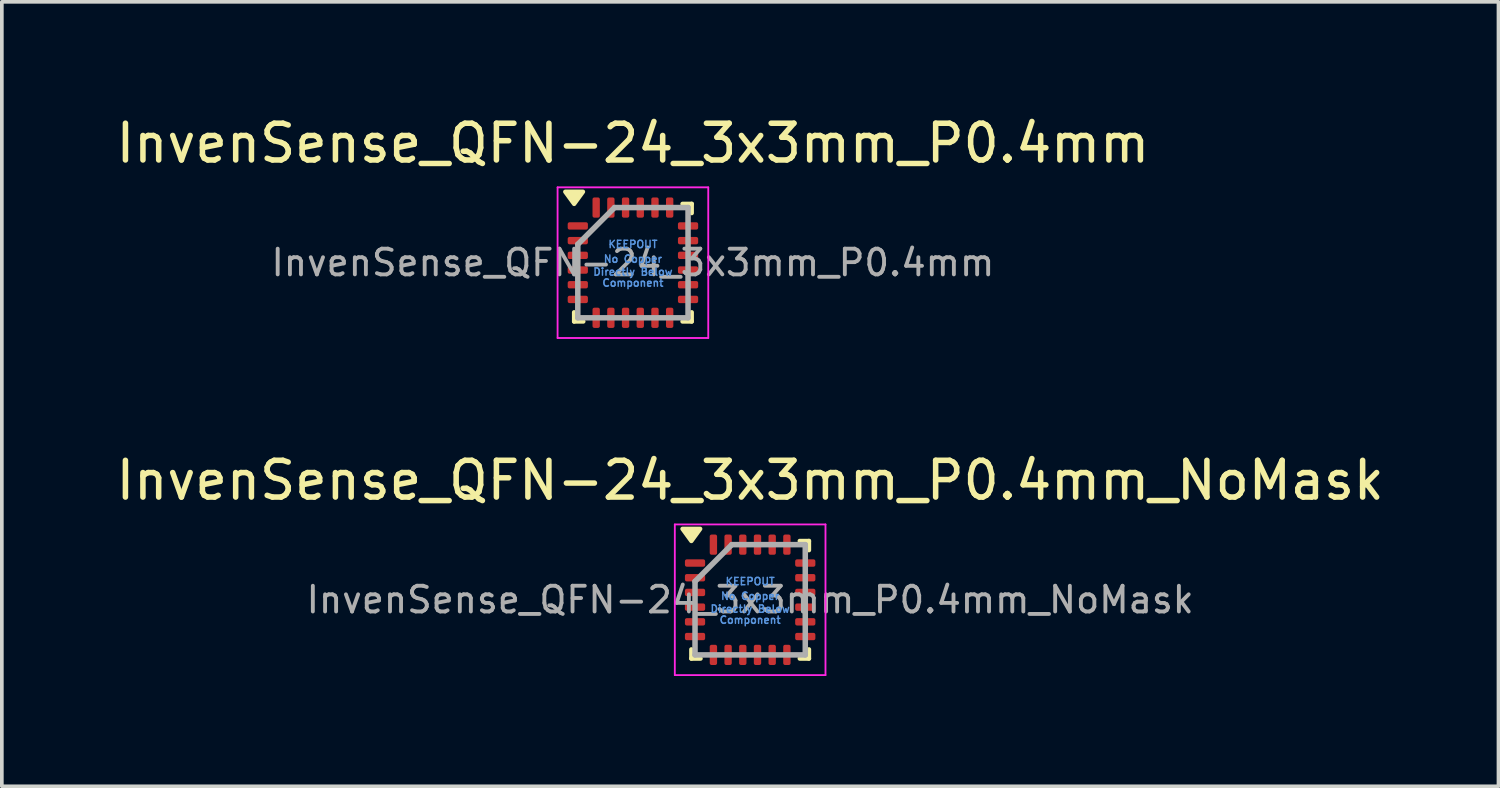
<source format=kicad_pcb>
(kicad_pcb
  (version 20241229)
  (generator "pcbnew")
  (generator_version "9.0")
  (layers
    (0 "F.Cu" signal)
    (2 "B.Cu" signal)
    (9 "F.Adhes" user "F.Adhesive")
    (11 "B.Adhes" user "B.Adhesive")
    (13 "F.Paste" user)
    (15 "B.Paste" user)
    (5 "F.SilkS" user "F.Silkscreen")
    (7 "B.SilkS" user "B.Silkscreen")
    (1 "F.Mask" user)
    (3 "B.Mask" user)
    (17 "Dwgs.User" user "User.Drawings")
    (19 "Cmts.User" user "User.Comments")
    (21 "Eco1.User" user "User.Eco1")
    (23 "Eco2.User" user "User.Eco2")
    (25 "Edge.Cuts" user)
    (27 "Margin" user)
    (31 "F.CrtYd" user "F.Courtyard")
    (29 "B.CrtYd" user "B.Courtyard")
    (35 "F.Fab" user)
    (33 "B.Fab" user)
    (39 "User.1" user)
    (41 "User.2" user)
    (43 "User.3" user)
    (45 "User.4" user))
  (footprint "InvenSense_QFN-24_3x3mm_P0.4mm"
    (layer "F.Cu")
    (at 14.173 4.098)
    (property "Reference" "InvenSense_QFN-24_3x3mm_P0.4mm" (at 0 -3.25 0) (layer "F.SilkS") (effects (font (size 1 1) (thickness 0.15))))
    (attr smd)
    (fp_line (start -1.6 1.6) (end -1.6 1.35) (stroke (width 0.12) (type solid)) (layer "F.SilkS"))
    (fp_line (start -1.6 1.6) (end -1.35 1.6) (stroke (width 0.12) (type solid)) (layer "F.SilkS"))
    (fp_line (start 1.6 -1.6) (end 1.35 -1.6) (stroke (width 0.12) (type solid)) (layer "F.SilkS"))
    (fp_line (start 1.6 -1.6) (end 1.6 -1.35) (stroke (width 0.12) (type solid)) (layer "F.SilkS"))
    (fp_line (start 1.6 1.6) (end 1.35 1.6) (stroke (width 0.12) (type solid)) (layer "F.SilkS"))
    (fp_line (start 1.6 1.6) (end 1.6 1.35) (stroke (width 0.12) (type solid)) (layer "F.SilkS"))
    (fp_poly (pts (xy -1.6 -1.6) (xy -1.84 -1.93) (xy -1.36 -1.93) (xy -1.6 -1.6)) (stroke (width 0.12) (type solid)) (fill yes) (layer "F.SilkS"))
    (fp_line (start -2.05 -2.05) (end 2.05 -2.05) (stroke (width 0.05) (type solid)) (layer "F.CrtYd"))
    (fp_line (start -2.05 2.05) (end -2.05 -2.05) (stroke (width 0.05) (type solid)) (layer "F.CrtYd"))
    (fp_line (start 2.05 -2.05) (end 2.05 2.05) (stroke (width 0.05) (type solid)) (layer "F.CrtYd"))
    (fp_line (start 2.05 2.05) (end -2.05 2.05) (stroke (width 0.05) (type solid)) (layer "F.CrtYd"))
    (fp_line (start -1.5 -0.5) (end -0.5 -1.5) (stroke (width 0.15) (type solid)) (layer "F.Fab"))
    (fp_line (start -1.5 1.5) (end -1.5 -0.5) (stroke (width 0.15) (type solid)) (layer "F.Fab"))
    (fp_line (start -0.5 -1.5) (end 1.5 -1.5) (stroke (width 0.15) (type solid)) (layer "F.Fab"))
    (fp_line (start 1.5 -1.5) (end 1.5 1.5) (stroke (width 0.15) (type solid)) (layer "F.Fab"))
    (fp_line (start 1.5 1.5) (end -1.5 1.5) (stroke (width 0.15) (type solid)) (layer "F.Fab"))
    (fp_text user "Component" (at 0 0.55 0) (layer "Cmts.User") (effects (font (size 0.2 0.2) (thickness 0.04))))
    (fp_text user "KEEPOUT" (at 0 -0.5 0) (layer "Cmts.User") (effects (font (size 0.2 0.2) (thickness 0.04))))
    (fp_text user "No Copper" (at 0 -0.1 0) (layer "Cmts.User") (effects (font (size 0.2 0.2) (thickness 0.04))))
    (fp_text user "Directly Below" (at 0 0.25 0) (layer "Cmts.User") (effects (font (size 0.2 0.2) (thickness 0.04))))
    (fp_text user "${REFERENCE}" (at 0 0 0) (layer "F.Fab") (effects (font (size 0.7 0.7) (thickness 0.105))))
    (pad "1" smd roundrect (at -1.5 -1) (size 0.55 0.2) (layers "F.Cu" "F.Mask" "F.Paste") (roundrect_rratio 0.25))
    (pad "2" smd roundrect (at -1.5 -0.6) (size 0.55 0.2) (layers "F.Cu" "F.Mask" "F.Paste") (roundrect_rratio 0.25))
    (pad "3" smd roundrect (at -1.5 -0.2) (size 0.55 0.2) (layers "F.Cu" "F.Mask" "F.Paste") (roundrect_rratio 0.25))
    (pad "4" smd roundrect (at -1.5 0.2) (size 0.55 0.2) (layers "F.Cu" "F.Mask" "F.Paste") (roundrect_rratio 0.25))
    (pad "5" smd roundrect (at -1.5 0.6) (size 0.55 0.2) (layers "F.Cu" "F.Mask" "F.Paste") (roundrect_rratio 0.25))
    (pad "6" smd roundrect (at -1.5 1) (size 0.55 0.2) (layers "F.Cu" "F.Mask" "F.Paste") (roundrect_rratio 0.25))
    (pad "7" smd roundrect (at -1 1.5 90) (size 0.55 0.2) (layers "F.Cu" "F.Mask" "F.Paste") (roundrect_rratio 0.25))
    (pad "8" smd roundrect (at -0.6 1.5 90) (size 0.55 0.2) (layers "F.Cu" "F.Mask" "F.Paste") (roundrect_rratio 0.25))
    (pad "9" smd roundrect (at -0.2 1.5 90) (size 0.55 0.2) (layers "F.Cu" "F.Mask" "F.Paste") (roundrect_rratio 0.25))
    (pad "10" smd roundrect (at 0.2 1.5 90) (size 0.55 0.2) (layers "F.Cu" "F.Mask" "F.Paste") (roundrect_rratio 0.25))
    (pad "11" smd roundrect (at 0.6 1.5 90) (size 0.55 0.2) (layers "F.Cu" "F.Mask" "F.Paste") (roundrect_rratio 0.25))
    (pad "12" smd roundrect (at 1 1.5 90) (size 0.55 0.2) (layers "F.Cu" "F.Mask" "F.Paste") (roundrect_rratio 0.25))
    (pad "13" smd roundrect (at 1.5 1) (size 0.55 0.2) (layers "F.Cu" "F.Mask" "F.Paste") (roundrect_rratio 0.25))
    (pad "14" smd roundrect (at 1.5 0.6) (size 0.55 0.2) (layers "F.Cu" "F.Mask" "F.Paste") (roundrect_rratio 0.25))
    (pad "15" smd roundrect (at 1.5 0.2) (size 0.55 0.2) (layers "F.Cu" "F.Mask" "F.Paste") (roundrect_rratio 0.25))
    (pad "16" smd roundrect (at 1.5 -0.2) (size 0.55 0.2) (layers "F.Cu" "F.Mask" "F.Paste") (roundrect_rratio 0.25))
    (pad "17" smd roundrect (at 1.5 -0.6) (size 0.55 0.2) (layers "F.Cu" "F.Mask" "F.Paste") (roundrect_rratio 0.25))
    (pad "18" smd roundrect (at 1.5 -1) (size 0.55 0.2) (layers "F.Cu" "F.Mask" "F.Paste") (roundrect_rratio 0.25))
    (pad "19" smd roundrect (at 1 -1.5 90) (size 0.55 0.2) (layers "F.Cu" "F.Mask" "F.Paste") (roundrect_rratio 0.25))
    (pad "20" smd roundrect (at 0.6 -1.5 90) (size 0.55 0.2) (layers "F.Cu" "F.Mask" "F.Paste") (roundrect_rratio 0.25))
    (pad "21" smd roundrect (at 0.2 -1.5 90) (size 0.55 0.2) (layers "F.Cu" "F.Mask" "F.Paste") (roundrect_rratio 0.25))
    (pad "22" smd roundrect (at -0.2 -1.5 90) (size 0.55 0.2) (layers "F.Cu" "F.Mask" "F.Paste") (roundrect_rratio 0.25))
    (pad "23" smd roundrect (at -0.6 -1.5 90) (size 0.55 0.2) (layers "F.Cu" "F.Mask" "F.Paste") (roundrect_rratio 0.25))
    (pad "24" smd roundrect (at -1 -1.5 90) (size 0.55 0.2) (layers "F.Cu" "F.Mask" "F.Paste") (roundrect_rratio 0.25))
    (zone (net_name "") (layer "F.Cu") (hatch full 0.508) (connect_pads) (min_thickness 0.254) (filled_areas_thickness no) (keepout (tracks not_allowed) (vias not_allowed) (pads not_allowed) (copperpour not_allowed) (footprints allowed)) (placement (enabled no)) (fill) (polygon (pts (xy 13.298 3.303) (xy 15.048 3.303) (xy 15.048 4.893) (xy 13.298 4.893)))))
  (footprint "InvenSense_QFN-24_3x3mm_P0.4mm_NoMask"
    (layer "F.Cu")
    (at 17.363 13.271)
    (property "Reference" "InvenSense_QFN-24_3x3mm_P0.4mm_NoMask" (at 0 -3.25 0) (layer "F.SilkS") (effects (font (size 1 1) (thickness 0.15))))
    (attr smd)
    (fp_line (start -1.6 1.6) (end -1.6 1.35) (stroke (width 0.12) (type solid)) (layer "F.SilkS"))
    (fp_line (start -1.6 1.6) (end -1.35 1.6) (stroke (width 0.12) (type solid)) (layer "F.SilkS"))
    (fp_line (start 1.6 -1.6) (end 1.35 -1.6) (stroke (width 0.12) (type solid)) (layer "F.SilkS"))
    (fp_line (start 1.6 -1.6) (end 1.6 -1.35) (stroke (width 0.12) (type solid)) (layer "F.SilkS"))
    (fp_line (start 1.6 1.6) (end 1.35 1.6) (stroke (width 0.12) (type solid)) (layer "F.SilkS"))
    (fp_line (start 1.6 1.6) (end 1.6 1.35) (stroke (width 0.12) (type solid)) (layer "F.SilkS"))
    (fp_poly (pts (xy -1.6 -1.6) (xy -1.84 -1.93) (xy -1.36 -1.93) (xy -1.6 -1.6)) (stroke (width 0.12) (type solid)) (fill yes) (layer "F.SilkS"))
    (fp_line (start -2.05 -2.05) (end 2.05 -2.05) (stroke (width 0.05) (type solid)) (layer "F.CrtYd"))
    (fp_line (start -2.05 2.05) (end -2.05 -2.05) (stroke (width 0.05) (type solid)) (layer "F.CrtYd"))
    (fp_line (start 2.05 -2.05) (end 2.05 2.05) (stroke (width 0.05) (type solid)) (layer "F.CrtYd"))
    (fp_line (start 2.05 2.05) (end -2.05 2.05) (stroke (width 0.05) (type solid)) (layer "F.CrtYd"))
    (fp_line (start -1.5 -0.5) (end -0.5 -1.5) (stroke (width 0.15) (type solid)) (layer "F.Fab"))
    (fp_line (start -1.5 1.5) (end -1.5 -0.5) (stroke (width 0.15) (type solid)) (layer "F.Fab"))
    (fp_line (start -0.5 -1.5) (end 1.5 -1.5) (stroke (width 0.15) (type solid)) (layer "F.Fab"))
    (fp_line (start 1.5 -1.5) (end 1.5 1.5) (stroke (width 0.15) (type solid)) (layer "F.Fab"))
    (fp_line (start 1.5 1.5) (end -1.5 1.5) (stroke (width 0.15) (type solid)) (layer "F.Fab"))
    (fp_text user "No Copper" (at 0 -0.1 0) (layer "Cmts.User") (effects (font (size 0.2 0.2) (thickness 0.04))))
    (fp_text user "Directly Below" (at 0 0.25 0) (layer "Cmts.User") (effects (font (size 0.2 0.2) (thickness 0.04))))
    (fp_text user "KEEPOUT" (at 0 -0.5 0) (layer "Cmts.User") (effects (font (size 0.2 0.2) (thickness 0.04))))
    (fp_text user "Component" (at 0 0.55 0) (layer "Cmts.User") (effects (font (size 0.2 0.2) (thickness 0.04))))
    (fp_text user "${REFERENCE}" (at 0 0 0) (layer "F.Fab") (effects (font (size 0.7 0.7) (thickness 0.105))))
    (pad "" smd roundrect (at 0 0) (size 1.75 1.59) (layers "F.Mask") (roundrect_rratio 0.15))
    (pad "1" smd roundrect (at -1.5 -1) (size 0.55 0.2) (layers "F.Cu" "F.Mask" "F.Paste") (roundrect_rratio 0.25))
    (pad "2" smd roundrect (at -1.5 -0.6) (size 0.55 0.2) (layers "F.Cu" "F.Mask" "F.Paste") (roundrect_rratio 0.25))
    (pad "3" smd roundrect (at -1.5 -0.2) (size 0.55 0.2) (layers "F.Cu" "F.Mask" "F.Paste") (roundrect_rratio 0.25))
    (pad "4" smd roundrect (at -1.5 0.2) (size 0.55 0.2) (layers "F.Cu" "F.Mask" "F.Paste") (roundrect_rratio 0.25))
    (pad "5" smd roundrect (at -1.5 0.6) (size 0.55 0.2) (layers "F.Cu" "F.Mask" "F.Paste") (roundrect_rratio 0.25))
    (pad "6" smd roundrect (at -1.5 1) (size 0.55 0.2) (layers "F.Cu" "F.Mask" "F.Paste") (roundrect_rratio 0.25))
    (pad "7" smd roundrect (at -1 1.5 90) (size 0.55 0.2) (layers "F.Cu" "F.Mask" "F.Paste") (roundrect_rratio 0.25))
    (pad "8" smd roundrect (at -0.6 1.5 90) (size 0.55 0.2) (layers "F.Cu" "F.Mask" "F.Paste") (roundrect_rratio 0.25))
    (pad "9" smd roundrect (at -0.2 1.5 90) (size 0.55 0.2) (layers "F.Cu" "F.Mask" "F.Paste") (roundrect_rratio 0.25))
    (pad "10" smd roundrect (at 0.2 1.5 90) (size 0.55 0.2) (layers "F.Cu" "F.Mask" "F.Paste") (roundrect_rratio 0.25))
    (pad "11" smd roundrect (at 0.6 1.5 90) (size 0.55 0.2) (layers "F.Cu" "F.Mask" "F.Paste") (roundrect_rratio 0.25))
    (pad "12" smd roundrect (at 1 1.5 90) (size 0.55 0.2) (layers "F.Cu" "F.Mask" "F.Paste") (roundrect_rratio 0.25))
    (pad "13" smd roundrect (at 1.5 1) (size 0.55 0.2) (layers "F.Cu" "F.Mask" "F.Paste") (roundrect_rratio 0.25))
    (pad "14" smd roundrect (at 1.5 0.6) (size 0.55 0.2) (layers "F.Cu" "F.Mask" "F.Paste") (roundrect_rratio 0.25))
    (pad "15" smd roundrect (at 1.5 0.2) (size 0.55 0.2) (layers "F.Cu" "F.Mask" "F.Paste") (roundrect_rratio 0.25))
    (pad "16" smd roundrect (at 1.5 -0.2) (size 0.55 0.2) (layers "F.Cu" "F.Mask" "F.Paste") (roundrect_rratio 0.25))
    (pad "17" smd roundrect (at 1.5 -0.6) (size 0.55 0.2) (layers "F.Cu" "F.Mask" "F.Paste") (roundrect_rratio 0.25))
    (pad "18" smd roundrect (at 1.5 -1) (size 0.55 0.2) (layers "F.Cu" "F.Mask" "F.Paste") (roundrect_rratio 0.25))
    (pad "19" smd roundrect (at 1 -1.5 90) (size 0.55 0.2) (layers "F.Cu" "F.Mask" "F.Paste") (roundrect_rratio 0.25))
    (pad "20" smd roundrect (at 0.6 -1.5 90) (size 0.55 0.2) (layers "F.Cu" "F.Mask" "F.Paste") (roundrect_rratio 0.25))
    (pad "21" smd roundrect (at 0.2 -1.5 90) (size 0.55 0.2) (layers "F.Cu" "F.Mask" "F.Paste") (roundrect_rratio 0.25))
    (pad "22" smd roundrect (at -0.2 -1.5 90) (size 0.55 0.2) (layers "F.Cu" "F.Mask" "F.Paste") (roundrect_rratio 0.25))
    (pad "23" smd roundrect (at -0.6 -1.5 90) (size 0.55 0.2) (layers "F.Cu" "F.Mask" "F.Paste") (roundrect_rratio 0.25))
    (pad "24" smd roundrect (at -1 -1.5 90) (size 0.55 0.2) (layers "F.Cu" "F.Mask" "F.Paste") (roundrect_rratio 0.25))
    (zone (net_name "") (layer "F.Cu") (hatch full 0.508) (connect_pads) (min_thickness 0.254) (filled_areas_thickness no) (keepout (tracks not_allowed) (vias not_allowed) (pads not_allowed) (copperpour not_allowed) (footprints allowed)) (placement (enabled no)) (fill) (polygon (pts (xy 16.488 12.476) (xy 18.238 12.476) (xy 18.238 14.066) (xy 16.488 14.066)))))
  (gr_rect
    (start -3 -3)
    (end 37.726 18.346)
    (stroke (width 0.1) (type default))
    (fill no)
    (layer "Edge.Cuts")))
</source>
